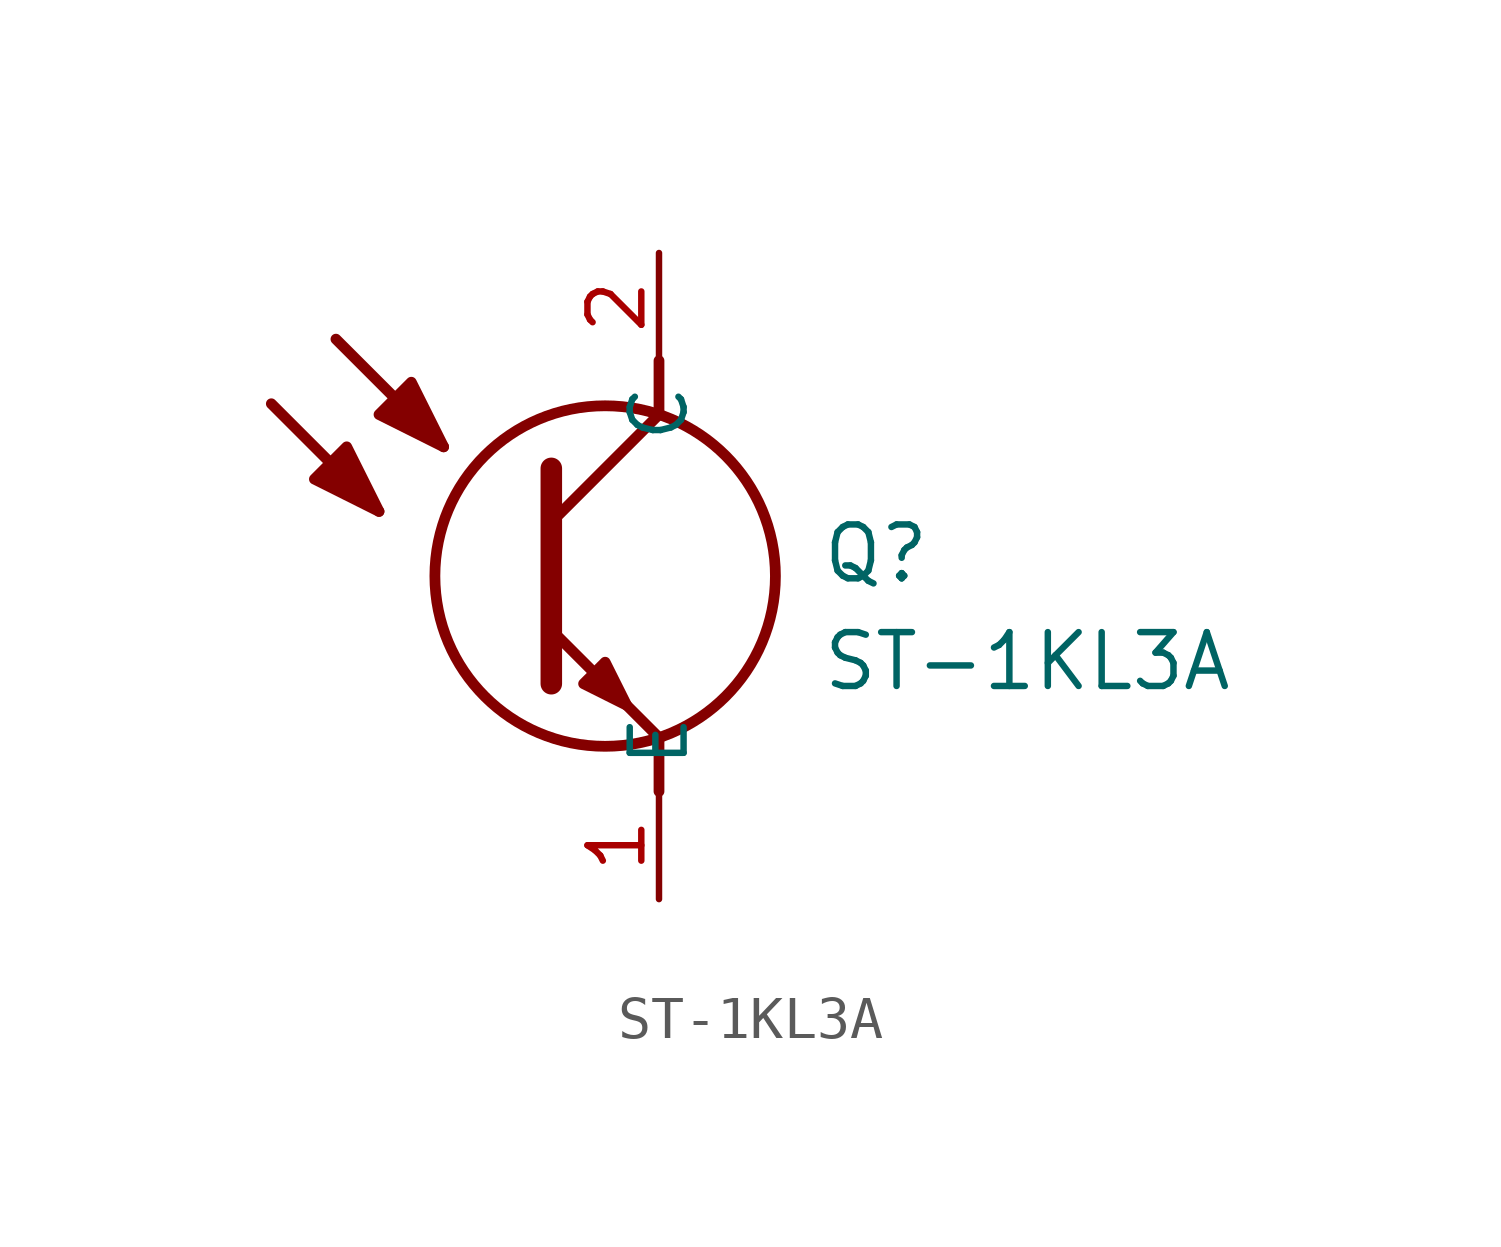
<source format=kicad_sym>
(kicad_symbol_lib
  (version 20211014)
  (generator SamacSys_ECAD_Model)
  (symbol "ST-1KL3A"
    (property "Reference" "Q"
      (at 3.81 -6.35 0)
      (effects (font (size 1.27 1.27)) (justify left top)))
    (property "Value" "ST-1KL3A"
      (at 3.81 -8.89 0)
      (effects (font (size 1.27 1.27)) (justify left top)))
    (polyline
      (pts (xy -2.54 -5.08) (xy -2.54 -10.16))
      (stroke (width 0.508) (type default))
      (fill (type none)))
    (polyline
      (pts (xy -2.54 -6.35) (xy 0 -3.81))
      (stroke (width 0.254) (type default))
      (fill (type none)))
    (polyline
      (pts (xy 0 -11.43) (xy 0 -12.7))
      (stroke (width 0.254) (type default))
      (fill (type none)))
    (polyline
      (pts (xy 0 -3.81) (xy 0 -2.54))
      (stroke (width 0.254) (type default))
      (fill (type none)))
    (polyline
      (pts (xy -2.54 -8.89) (xy 0 -11.43))
      (stroke (width 0.254) (type default))
      (fill (type none)))
    (polyline
      (pts (xy -7.62 -2.032) (xy -5.08 -4.572))
      (stroke (width 0.254) (type default))
      (fill (type none)))
    (polyline
      (pts (xy -9.144 -3.556) (xy -6.604 -6.096))
      (stroke (width 0.254) (type default))
      (fill (type none)))
    (circle
      (center -1.27 -7.62)
      (radius 4.016)
      (stroke (width 0.254) (type default))
      (fill (type none)))
    (polyline
      (pts (xy -1.778 -10.16) (xy -1.27 -9.652) (xy -0.762 -10.668) (xy -1.778 -10.16))
      (stroke (width 0.254) (type default))
      (fill (type outline)))
    (polyline
      (pts (xy -8.128 -5.334) (xy -7.366 -4.572) (xy -6.604 -6.096) (xy -8.128 -5.334))
      (stroke (width 0.254) (type default))
      (fill (type outline)))
    (polyline
      (pts (xy -6.604 -3.81) (xy -5.842 -3.048) (xy -5.08 -4.572) (xy -6.604 -3.81))
      (stroke (width 0.254) (type default))
      (fill (type outline)))
    (pin passive line
      (at 0 -15.24 90)
      (length 2.54)
      (name "E" (effects (font (size 1.27 1.27))))
      (number "1" (effects (font (size 1.27 1.27)))))
    (pin passive line
      (at 0 0 270)
      (length 2.54)
      (name "C" (effects (font (size 1.27 1.27))))
      (number "2" (effects (font (size 1.27 1.27)))))))
</source>
